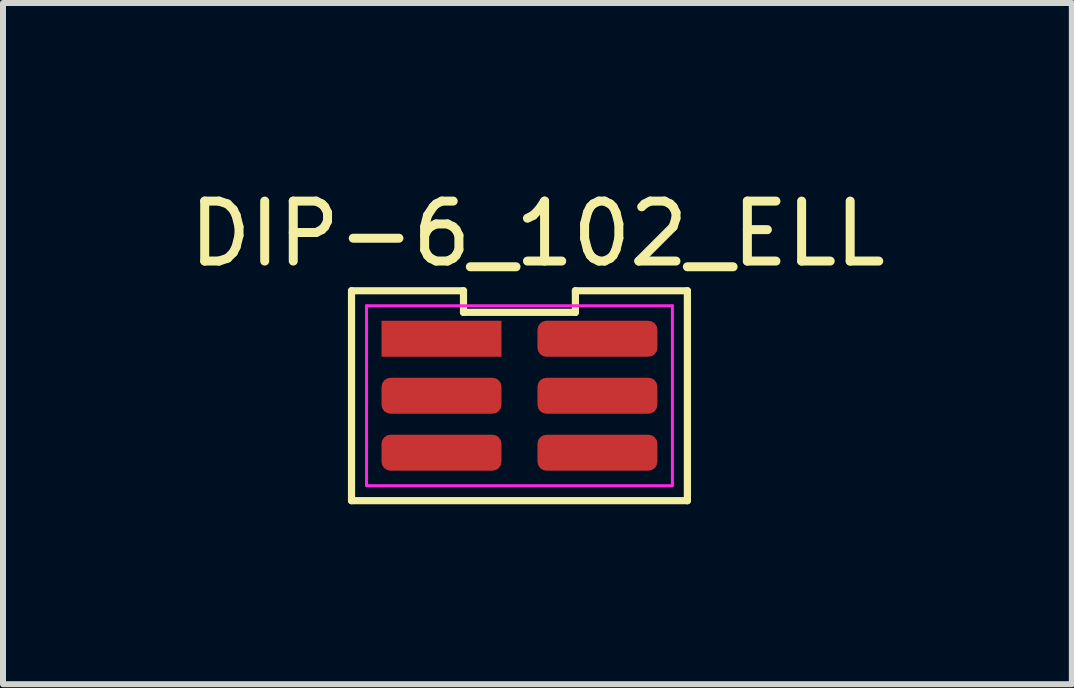
<source format=kicad_pcb>
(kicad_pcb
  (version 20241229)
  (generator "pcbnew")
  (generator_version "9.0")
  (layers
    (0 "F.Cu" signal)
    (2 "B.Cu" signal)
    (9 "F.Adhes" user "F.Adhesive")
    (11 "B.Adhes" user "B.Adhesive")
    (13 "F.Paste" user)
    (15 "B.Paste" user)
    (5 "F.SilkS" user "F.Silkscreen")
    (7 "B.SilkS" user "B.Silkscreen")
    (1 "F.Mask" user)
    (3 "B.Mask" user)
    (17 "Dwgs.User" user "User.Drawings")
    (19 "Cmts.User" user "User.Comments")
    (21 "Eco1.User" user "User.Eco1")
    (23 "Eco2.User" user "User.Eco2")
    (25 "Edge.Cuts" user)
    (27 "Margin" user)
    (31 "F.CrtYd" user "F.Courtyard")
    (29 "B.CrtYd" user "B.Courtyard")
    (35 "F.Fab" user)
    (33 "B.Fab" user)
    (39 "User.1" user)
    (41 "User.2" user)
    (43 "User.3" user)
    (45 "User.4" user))
  (footprint "DIP-6_102_ELL"
    (layer "F.Cu")
    (at 5.911 3.848)
    (property "Reference" "DIP-6_102_ELL" (at 0 -3 0) (layer "F.SilkS") (effects (font (size 1 1) (thickness 0.15))))
    (attr through_hole)
    (fp_line (start -3.1 -2.05) (end -3.1 1.45) (stroke (width 0.12) (type default)) (layer "F.SilkS"))
    (fp_line (start -3.1 1.45) (end 2.5 1.45) (stroke (width 0.12) (type default)) (layer "F.SilkS"))
    (fp_line (start -1.233 -2.05) (end -3.1 -2.05) (stroke (width 0.12) (type default)) (layer "F.SilkS"))
    (fp_line (start -1.233 -1.69) (end -1.233 -2.05) (stroke (width 0.12) (type default)) (layer "F.SilkS"))
    (fp_line (start 0.633 -2.05) (end 0.633 -1.69) (stroke (width 0.12) (type default)) (layer "F.SilkS"))
    (fp_line (start 0.633 -1.69) (end -1.233 -1.69) (stroke (width 0.12) (type default)) (layer "F.SilkS"))
    (fp_line (start 2.5 -2.05) (end 0.633 -2.05) (stroke (width 0.12) (type default)) (layer "F.SilkS"))
    (fp_line (start 2.5 1.45) (end 2.5 -2.05) (stroke (width 0.12) (type default)) (layer "F.SilkS"))
    (fp_line (start -2.85 -1.8) (end 2.25 -1.8) (stroke (width 0.05) (type default)) (layer "F.CrtYd"))
    (fp_line (start -2.85 1.2) (end -2.85 -1.8) (stroke (width 0.05) (type default)) (layer "F.CrtYd"))
    (fp_line (start 2.25 -1.8) (end 2.25 1.2) (stroke (width 0.05) (type default)) (layer "F.CrtYd"))
    (fp_line (start 2.25 1.2) (end -2.85 1.2) (stroke (width 0.05) (type default)) (layer "F.CrtYd"))
    (pad "1" smd rect (at -1.6 -1.25 270) (size 0.6 2) (layers "F.Cu" "F.Mask" "F.Paste"))
    (pad "2" smd roundrect (at -1.6 -0.3 270) (size 0.6 2) (layers "F.Cu" "F.Mask" "F.Paste") (roundrect_rratio 0.25))
    (pad "3" smd roundrect (at -1.6 0.65 270) (size 0.6 2) (layers "F.Cu" "F.Mask" "F.Paste") (roundrect_rratio 0.25))
    (pad "4" smd roundrect (at 1 0.65 270) (size 0.6 2) (layers "F.Cu" "F.Mask" "F.Paste") (roundrect_rratio 0.25))
    (pad "5" smd roundrect (at 1 -0.3 270) (size 0.6 2) (layers "F.Cu" "F.Mask" "F.Paste") (roundrect_rratio 0.25))
    (pad "6" smd roundrect (at 1 -1.25 270) (size 0.6 2) (layers "F.Cu" "F.Mask" "F.Paste") (roundrect_rratio 0.25)))
  (gr_rect
    (start -3 -3)
    (end 14.821 8.358)
    (stroke (width 0.1) (type default))
    (fill no)
    (layer "Edge.Cuts")))
</source>
